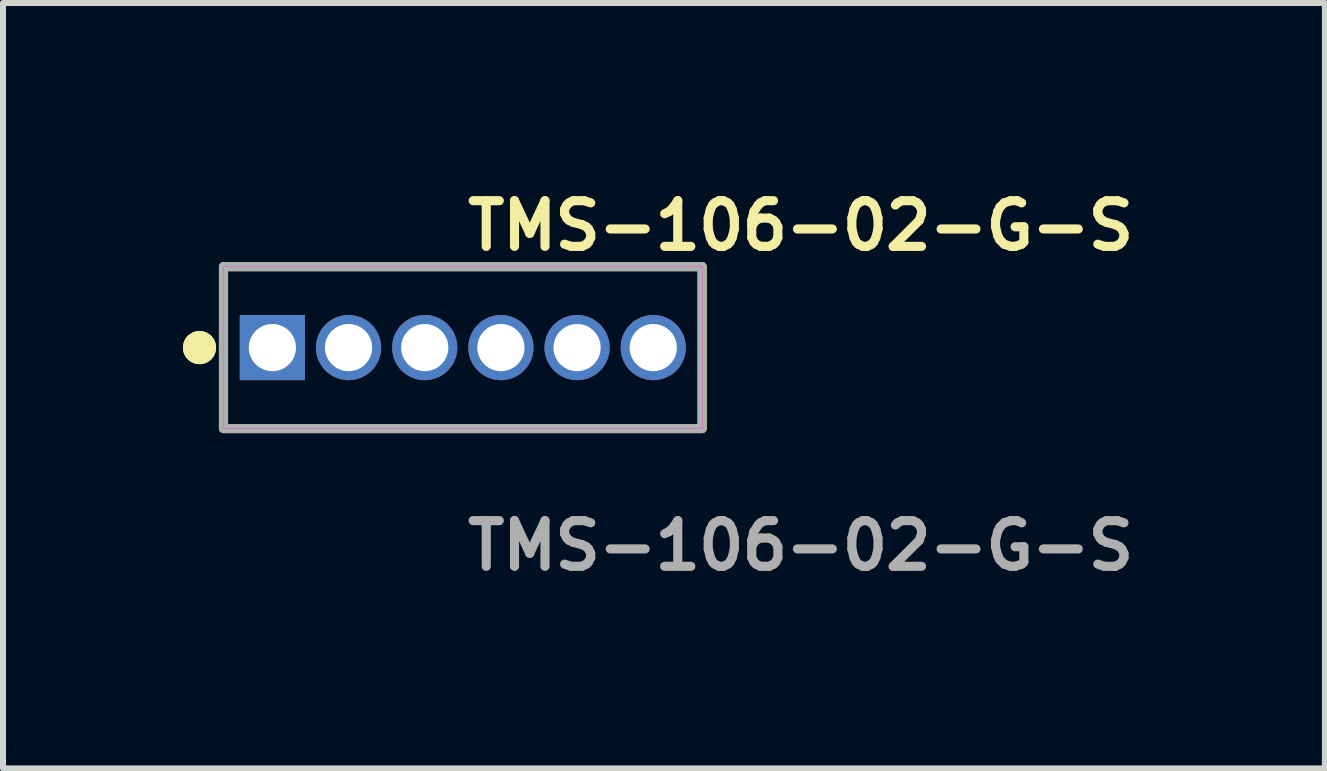
<source format=kicad_pcb>
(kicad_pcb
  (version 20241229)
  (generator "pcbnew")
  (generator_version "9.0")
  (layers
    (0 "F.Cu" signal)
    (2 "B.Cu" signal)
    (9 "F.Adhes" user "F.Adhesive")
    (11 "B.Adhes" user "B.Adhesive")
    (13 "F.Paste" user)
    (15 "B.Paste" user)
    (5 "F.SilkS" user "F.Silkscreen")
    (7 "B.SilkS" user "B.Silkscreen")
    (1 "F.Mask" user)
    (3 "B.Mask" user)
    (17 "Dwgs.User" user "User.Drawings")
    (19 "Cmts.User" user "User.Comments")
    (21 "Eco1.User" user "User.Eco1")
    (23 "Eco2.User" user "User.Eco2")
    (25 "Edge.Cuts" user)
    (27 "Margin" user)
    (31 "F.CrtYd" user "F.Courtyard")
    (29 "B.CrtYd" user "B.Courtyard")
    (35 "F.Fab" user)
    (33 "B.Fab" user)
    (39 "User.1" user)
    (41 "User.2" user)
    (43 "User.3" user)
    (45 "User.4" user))
  (footprint "TMS-106-02-G-S"
    (layer "F.Cu")
    (at 4.666 2.745)
    (property "Reference" "TMS-106-02-G-S" (at 0 -2.032 0) (unlocked yes) (layer "F.SilkS") (effects (font (size 0.762 0.762) (thickness 0.152)) (justify left)))
    (fp_rect (start -3.99 1.35) (end 3.99 -1.35) (stroke (width 0.152) (type solid)) (fill no) (layer "F.SilkS"))
    (fp_circle (center -4.39 0) (end -4.59 0) (stroke (width 0.152) (type solid)) (fill yes) (layer "F.SilkS"))
    (fp_circle (center -4.39 0) (end -4.59 0) (stroke (width 0.152) (type solid)) (fill yes) (layer "F.SilkS"))
    (fp_rect (start -3.99 1.35) (end 3.99 -1.35) (stroke (width 0.006) (type solid)) (fill no) (layer "F.CrtYd"))
    (fp_rect (start -3.99 1.35) (end 3.99 -1.35) (stroke (width 0.152) (type solid)) (fill no) (layer "F.Fab"))
    (fp_text user "${REFERENCE}" (at 0 3.302 0) (unlocked yes) (layer "F.Fab") (effects (font (size 0.762 0.762) (thickness 0.152)) (justify left)))
    (pad "1" thru_hole rect (at -3.175 0) (size 1.087 1.087) (drill 0.787) (layers "*.Cu" "*.Mask"))
    (pad "2" thru_hole circle (at -1.905 0) (size 1.087 1.087) (drill 0.787) (layers "*.Cu" "*.Mask"))
    (pad "3" thru_hole circle (at -0.635 0) (size 1.087 1.087) (drill 0.787) (layers "*.Cu" "*.Mask"))
    (pad "4" thru_hole circle (at 0.635 0) (size 1.087 1.087) (drill 0.787) (layers "*.Cu" "*.Mask"))
    (pad "5" thru_hole circle (at 1.905 0) (size 1.087 1.087) (drill 0.787) (layers "*.Cu" "*.Mask"))
    (pad "6" thru_hole circle (at 3.175 0) (size 1.087 1.087) (drill 0.787) (layers "*.Cu" "*.Mask")))
  (gr_rect
    (start -3 -3)
    (end 19.038 9.76)
    (stroke (width 0.1) (type default))
    (fill no)
    (layer "Edge.Cuts")))
</source>
